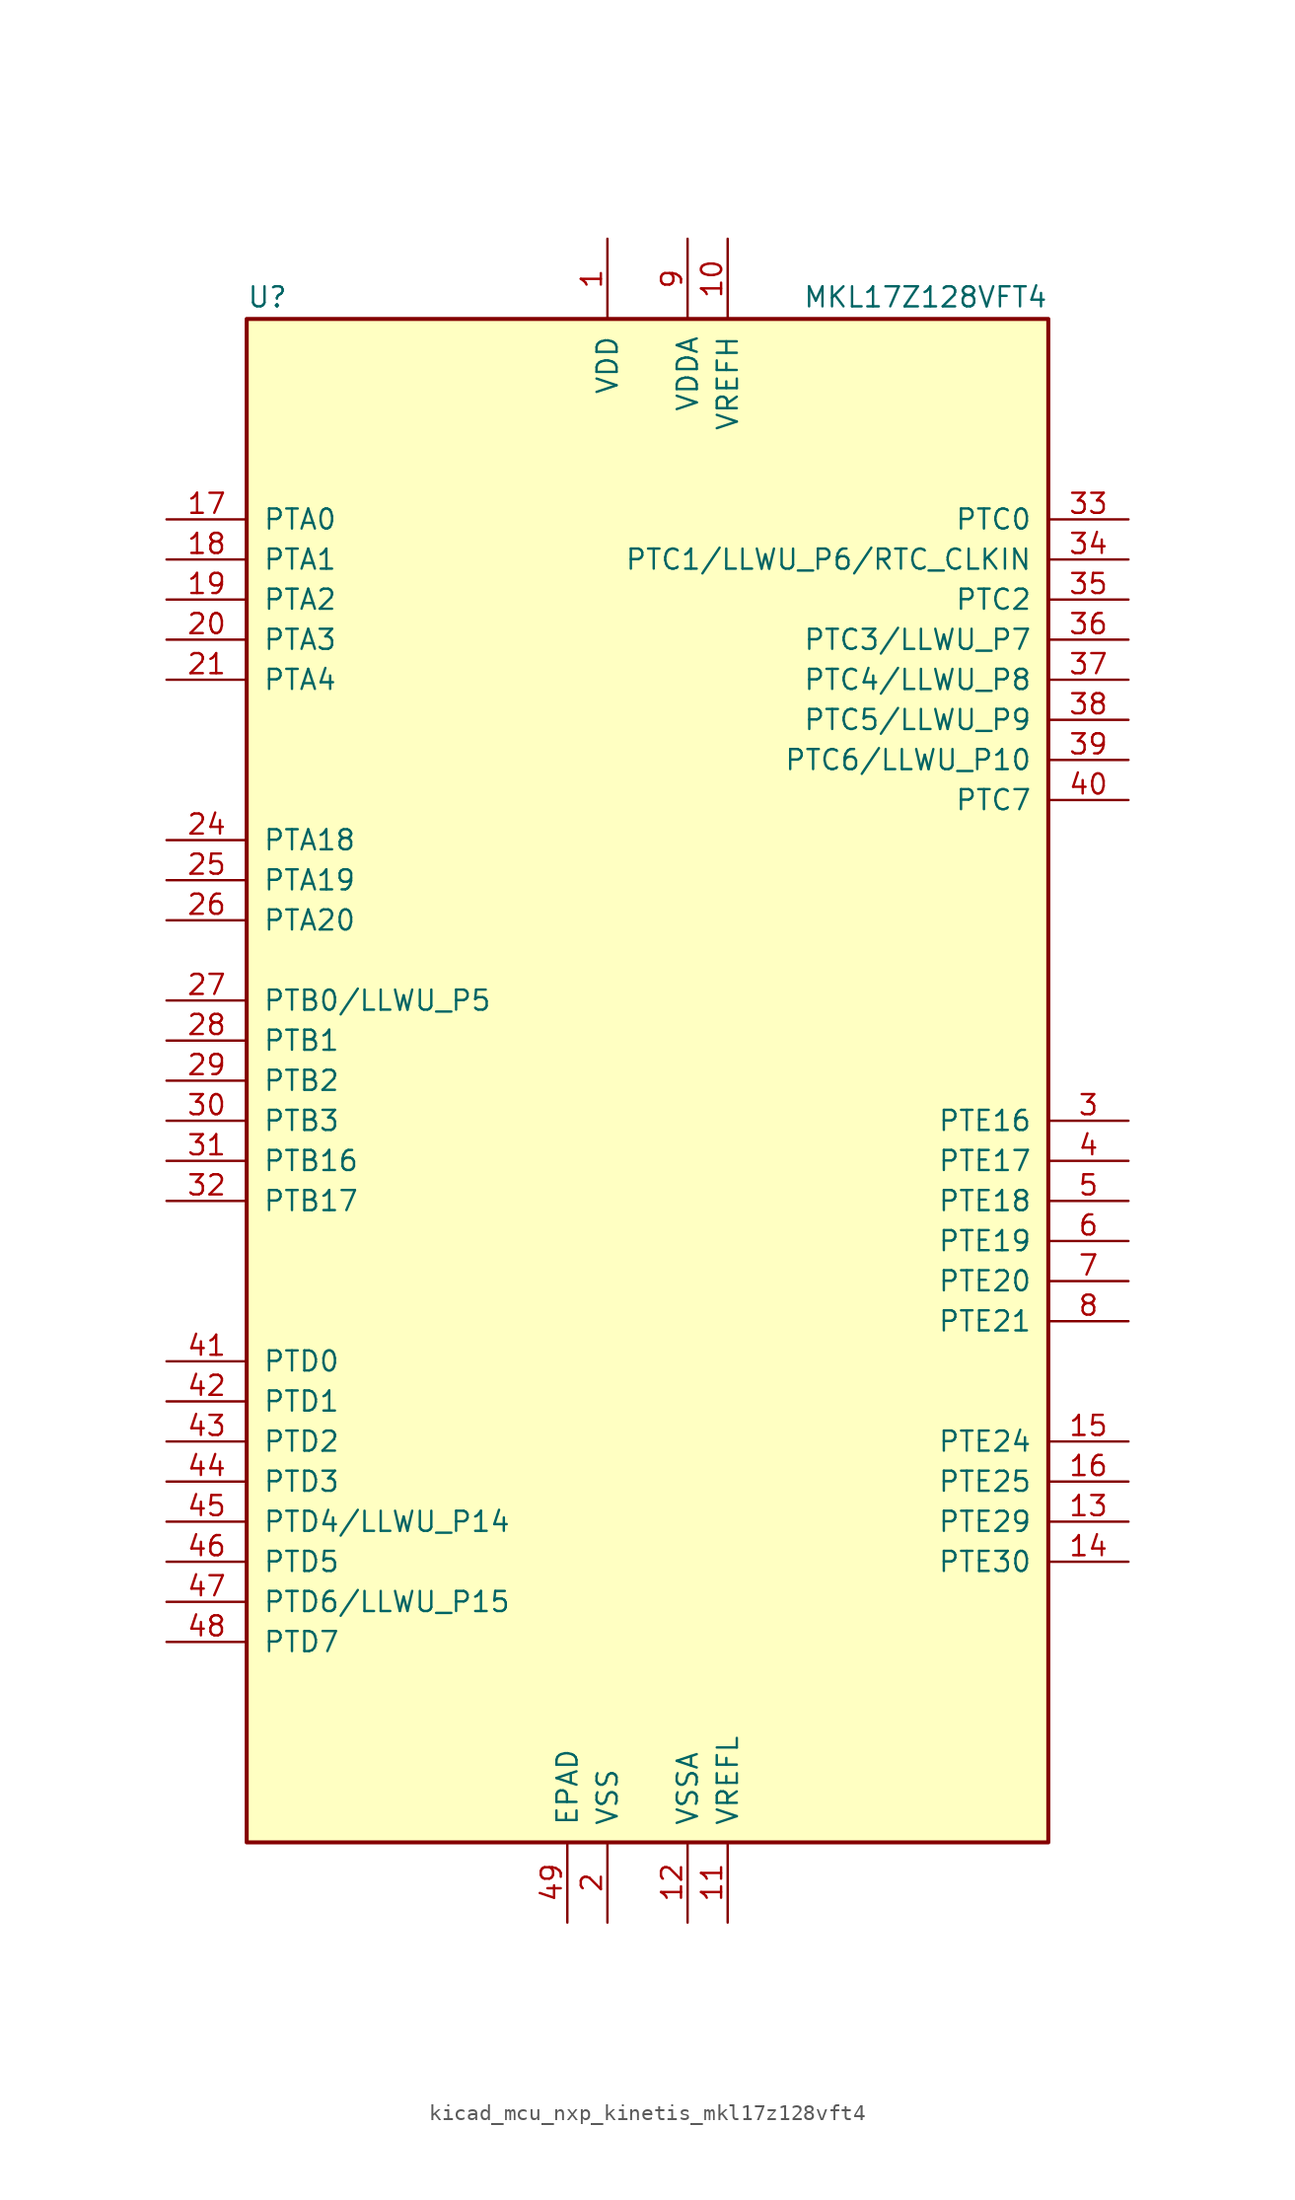
<source format=kicad_sym>
(kicad_symbol_lib
  (version 20220914)
  (generator kicad_symbol_editor)
  (symbol "kicad_mcu_nxp_kinetis_mkl17z128vft4"
    (pin_names
      (offset 1.016))
    (property "Reference" "U"
      (at -25.4 48.895 0)
      (effects (font (size 1.27 1.27)) (justify left bottom)))
    (property "Value" "MKL17Z128VFT4"
      (at 25.4 48.895 0)
      (effects (font (size 1.27 1.27)) (justify right bottom)))
    (symbol "kicad_mcu_nxp_kinetis_mkl17z128vft4_0_1"
      (rectangle (start -25.4 48.26) (end 25.4 -48.26) (stroke (width 0.254) (type default)) (fill (type background))))
    (symbol "kicad_mcu_nxp_kinetis_mkl17z128vft4_1_1"
      (pin power_in line (at -2.54 53.34 270) (length 5.08) (name "VDD" (effects (font (size 1.27 1.27)))) (number "1" (effects (font (size 1.27 1.27)))))
      (pin power_in line (at 5.08 53.34 270) (length 5.08) (name "VREFH" (effects (font (size 1.27 1.27)))) (number "10" (effects (font (size 1.27 1.27)))))
      (pin power_in line (at 5.08 -53.34 90) (length 5.08) (name "VREFL" (effects (font (size 1.27 1.27)))) (number "11" (effects (font (size 1.27 1.27)))))
      (pin power_in line (at 2.54 -53.34 90) (length 5.08) (name "VSSA" (effects (font (size 1.27 1.27)))) (number "12" (effects (font (size 1.27 1.27)))))
      (pin bidirectional line (at 30.48 -27.94 180) (length 5.08) (name "PTE29" (effects (font (size 1.27 1.27)))) (number "13" (effects (font (size 1.27 1.27)))))
      (pin bidirectional line (at 30.48 -30.48 180) (length 5.08) (name "PTE30" (effects (font (size 1.27 1.27)))) (number "14" (effects (font (size 1.27 1.27)))))
      (pin bidirectional line (at 30.48 -22.86 180) (length 5.08) (name "PTE24" (effects (font (size 1.27 1.27)))) (number "15" (effects (font (size 1.27 1.27)))))
      (pin bidirectional line (at 30.48 -25.4 180) (length 5.08) (name "PTE25" (effects (font (size 1.27 1.27)))) (number "16" (effects (font (size 1.27 1.27)))))
      (pin bidirectional line (at -30.48 35.56 0) (length 5.08) (name "PTA0" (effects (font (size 1.27 1.27)))) (number "17" (effects (font (size 1.27 1.27)))))
      (pin bidirectional line (at -30.48 33.02 0) (length 5.08) (name "PTA1" (effects (font (size 1.27 1.27)))) (number "18" (effects (font (size 1.27 1.27)))))
      (pin bidirectional line (at -30.48 30.48 0) (length 5.08) (name "PTA2" (effects (font (size 1.27 1.27)))) (number "19" (effects (font (size 1.27 1.27)))))
      (pin power_in line (at -2.54 -53.34 90) (length 5.08) (name "VSS" (effects (font (size 1.27 1.27)))) (number "2" (effects (font (size 1.27 1.27)))))
      (pin bidirectional line (at -30.48 27.94 0) (length 5.08) (name "PTA3" (effects (font (size 1.27 1.27)))) (number "20" (effects (font (size 1.27 1.27)))))
      (pin bidirectional line (at -30.48 25.4 0) (length 5.08) (name "PTA4" (effects (font (size 1.27 1.27)))) (number "21" (effects (font (size 1.27 1.27)))))
      (pin passive line (at -2.54 53.34 270) (length 5.08) hide (name "VDD" (effects (font (size 1.27 1.27)))) (number "22" (effects (font (size 1.27 1.27)))))
      (pin passive line (at -2.54 -53.34 90) (length 5.08) hide (name "VSS" (effects (font (size 1.27 1.27)))) (number "23" (effects (font (size 1.27 1.27)))))
      (pin bidirectional line (at -30.48 15.24 0) (length 5.08) (name "PTA18" (effects (font (size 1.27 1.27)))) (number "24" (effects (font (size 1.27 1.27)))))
      (pin bidirectional line (at -30.48 12.7 0) (length 5.08) (name "PTA19" (effects (font (size 1.27 1.27)))) (number "25" (effects (font (size 1.27 1.27)))))
      (pin bidirectional line (at -30.48 10.16 0) (length 5.08) (name "PTA20" (effects (font (size 1.27 1.27)))) (number "26" (effects (font (size 1.27 1.27)))))
      (pin bidirectional line (at -30.48 5.08 0) (length 5.08) (name "PTB0/LLWU_P5" (effects (font (size 1.27 1.27)))) (number "27" (effects (font (size 1.27 1.27)))))
      (pin bidirectional line (at -30.48 2.54 0) (length 5.08) (name "PTB1" (effects (font (size 1.27 1.27)))) (number "28" (effects (font (size 1.27 1.27)))))
      (pin bidirectional line (at -30.48 0 0) (length 5.08) (name "PTB2" (effects (font (size 1.27 1.27)))) (number "29" (effects (font (size 1.27 1.27)))))
      (pin bidirectional line (at 30.48 -2.54 180) (length 5.08) (name "PTE16" (effects (font (size 1.27 1.27)))) (number "3" (effects (font (size 1.27 1.27)))))
      (pin bidirectional line (at -30.48 -2.54 0) (length 5.08) (name "PTB3" (effects (font (size 1.27 1.27)))) (number "30" (effects (font (size 1.27 1.27)))))
      (pin bidirectional line (at -30.48 -5.08 0) (length 5.08) (name "PTB16" (effects (font (size 1.27 1.27)))) (number "31" (effects (font (size 1.27 1.27)))))
      (pin bidirectional line (at -30.48 -7.62 0) (length 5.08) (name "PTB17" (effects (font (size 1.27 1.27)))) (number "32" (effects (font (size 1.27 1.27)))))
      (pin bidirectional line (at 30.48 35.56 180) (length 5.08) (name "PTC0" (effects (font (size 1.27 1.27)))) (number "33" (effects (font (size 1.27 1.27)))))
      (pin bidirectional line (at 30.48 33.02 180) (length 5.08) (name "PTC1/LLWU_P6/RTC_CLKIN" (effects (font (size 1.27 1.27)))) (number "34" (effects (font (size 1.27 1.27)))))
      (pin bidirectional line (at 30.48 30.48 180) (length 5.08) (name "PTC2" (effects (font (size 1.27 1.27)))) (number "35" (effects (font (size 1.27 1.27)))))
      (pin bidirectional line (at 30.48 27.94 180) (length 5.08) (name "PTC3/LLWU_P7" (effects (font (size 1.27 1.27)))) (number "36" (effects (font (size 1.27 1.27)))))
      (pin bidirectional line (at 30.48 25.4 180) (length 5.08) (name "PTC4/LLWU_P8" (effects (font (size 1.27 1.27)))) (number "37" (effects (font (size 1.27 1.27)))))
      (pin bidirectional line (at 30.48 22.86 180) (length 5.08) (name "PTC5/LLWU_P9" (effects (font (size 1.27 1.27)))) (number "38" (effects (font (size 1.27 1.27)))))
      (pin bidirectional line (at 30.48 20.32 180) (length 5.08) (name "PTC6/LLWU_P10" (effects (font (size 1.27 1.27)))) (number "39" (effects (font (size 1.27 1.27)))))
      (pin bidirectional line (at 30.48 -5.08 180) (length 5.08) (name "PTE17" (effects (font (size 1.27 1.27)))) (number "4" (effects (font (size 1.27 1.27)))))
      (pin bidirectional line (at 30.48 17.78 180) (length 5.08) (name "PTC7" (effects (font (size 1.27 1.27)))) (number "40" (effects (font (size 1.27 1.27)))))
      (pin bidirectional line (at -30.48 -17.78 0) (length 5.08) (name "PTD0" (effects (font (size 1.27 1.27)))) (number "41" (effects (font (size 1.27 1.27)))))
      (pin bidirectional line (at -30.48 -20.32 0) (length 5.08) (name "PTD1" (effects (font (size 1.27 1.27)))) (number "42" (effects (font (size 1.27 1.27)))))
      (pin bidirectional line (at -30.48 -22.86 0) (length 5.08) (name "PTD2" (effects (font (size 1.27 1.27)))) (number "43" (effects (font (size 1.27 1.27)))))
      (pin bidirectional line (at -30.48 -25.4 0) (length 5.08) (name "PTD3" (effects (font (size 1.27 1.27)))) (number "44" (effects (font (size 1.27 1.27)))))
      (pin bidirectional line (at -30.48 -27.94 0) (length 5.08) (name "PTD4/LLWU_P14" (effects (font (size 1.27 1.27)))) (number "45" (effects (font (size 1.27 1.27)))))
      (pin bidirectional line (at -30.48 -30.48 0) (length 5.08) (name "PTD5" (effects (font (size 1.27 1.27)))) (number "46" (effects (font (size 1.27 1.27)))))
      (pin bidirectional line (at -30.48 -33.02 0) (length 5.08) (name "PTD6/LLWU_P15" (effects (font (size 1.27 1.27)))) (number "47" (effects (font (size 1.27 1.27)))))
      (pin bidirectional line (at -30.48 -35.56 0) (length 5.08) (name "PTD7" (effects (font (size 1.27 1.27)))) (number "48" (effects (font (size 1.27 1.27)))))
      (pin power_in line (at -5.08 -53.34 90) (length 5.08) (name "EPAD" (effects (font (size 1.27 1.27)))) (number "49" (effects (font (size 1.27 1.27)))))
      (pin bidirectional line (at 30.48 -7.62 180) (length 5.08) (name "PTE18" (effects (font (size 1.27 1.27)))) (number "5" (effects (font (size 1.27 1.27)))))
      (pin bidirectional line (at 30.48 -10.16 180) (length 5.08) (name "PTE19" (effects (font (size 1.27 1.27)))) (number "6" (effects (font (size 1.27 1.27)))))
      (pin bidirectional line (at 30.48 -12.7 180) (length 5.08) (name "PTE20" (effects (font (size 1.27 1.27)))) (number "7" (effects (font (size 1.27 1.27)))))
      (pin bidirectional line (at 30.48 -15.24 180) (length 5.08) (name "PTE21" (effects (font (size 1.27 1.27)))) (number "8" (effects (font (size 1.27 1.27)))))
      (pin power_in line (at 2.54 53.34 270) (length 5.08) (name "VDDA" (effects (font (size 1.27 1.27)))) (number "9" (effects (font (size 1.27 1.27))))))))
</source>
